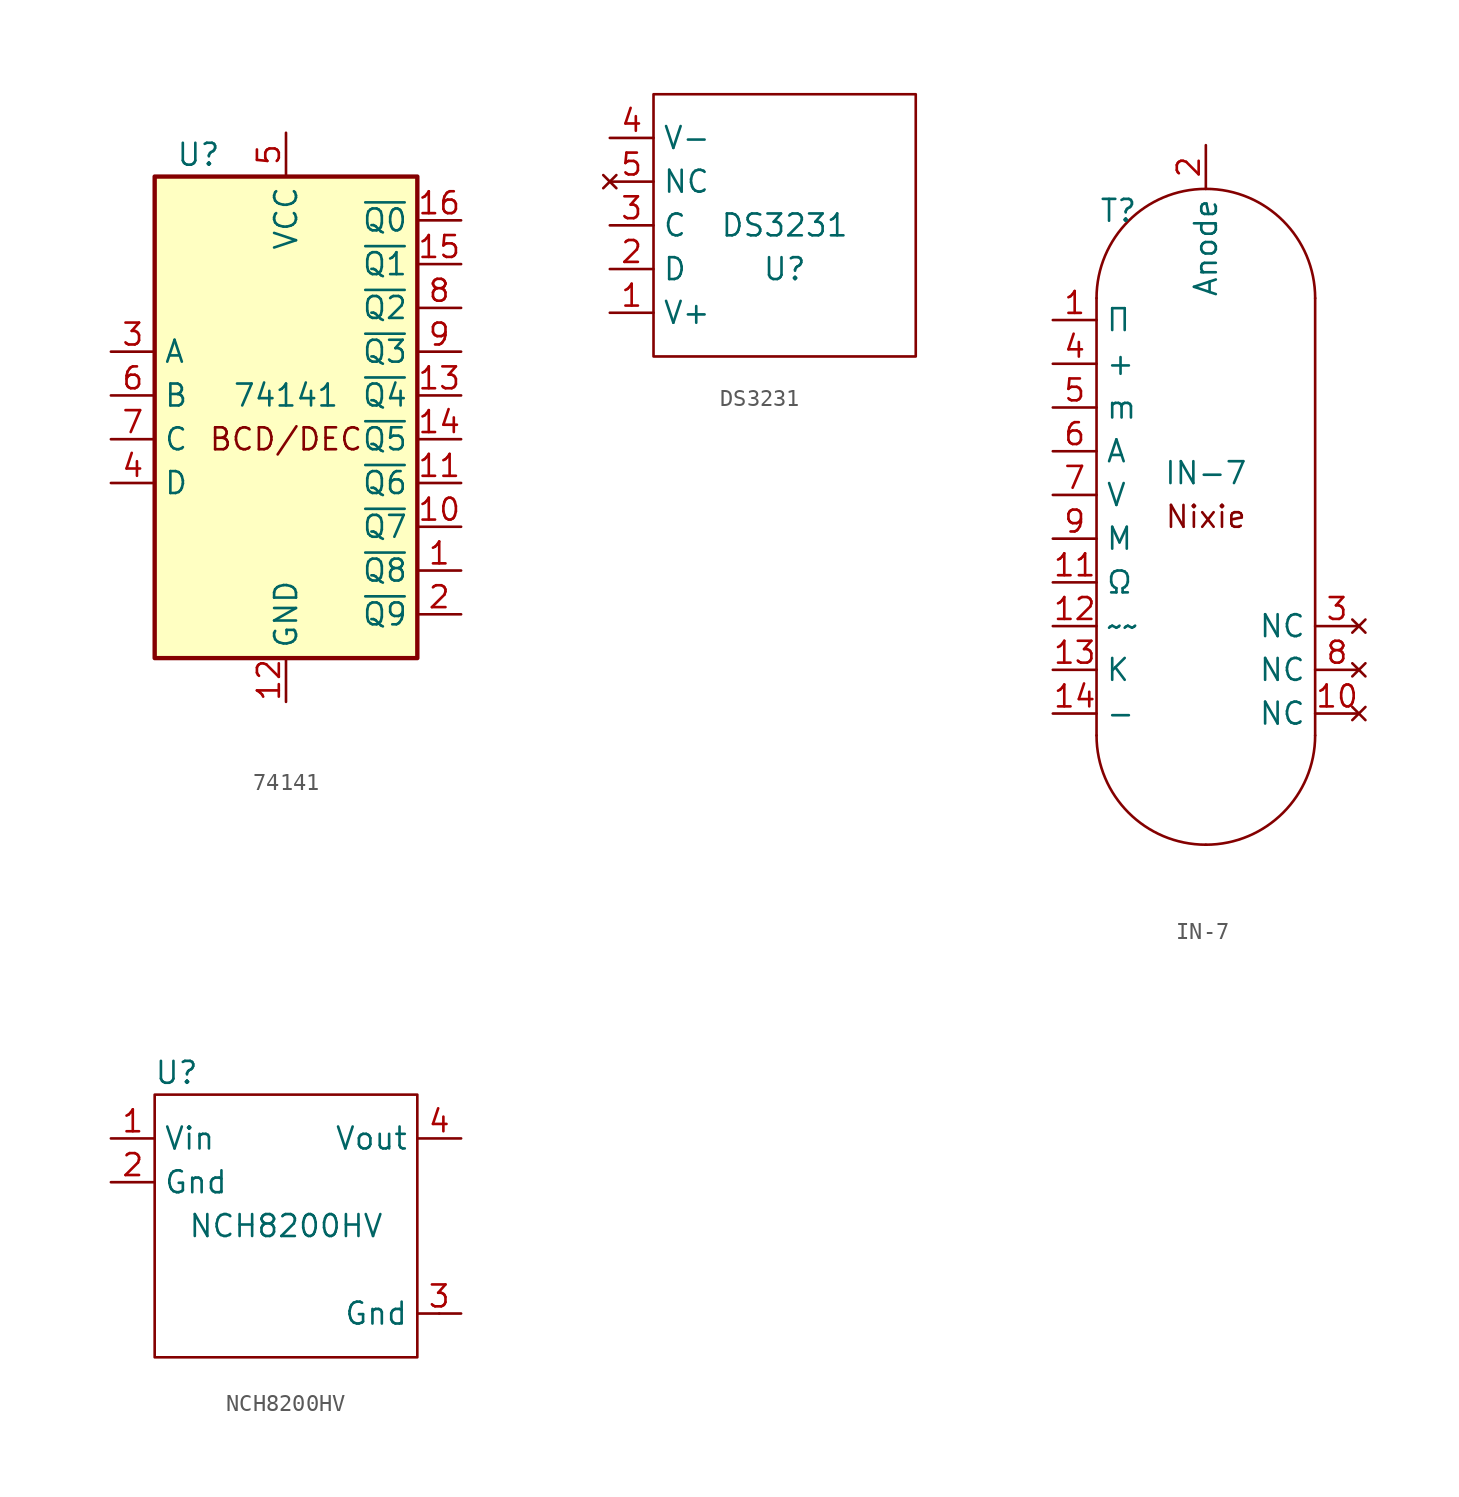
<source format=kicad_sym>
(kicad_symbol_lib
  (version 20220914)
  (generator kicad_symbol_editor)
  (symbol "74141"
    (property "Reference" "U"
      (at -5.08 15.24 0)
      (effects (font (size 1.27 1.27))))
    (property "Value" "74141"
      (at 0 1.27 0)
      (effects (font (size 1.27 1.27))))
    (symbol "74141_0_0"
      (text "BCD/DEC" (at 0 -1.27 0) (effects (font (size 1.27 1.27))))
      (pin power_in line (at 0 -16.51 90) (length 2.54) (name "GND" (effects (font (size 1.27 1.27)))) (number "12" (effects (font (size 1.27 1.27)))))
      (pin power_in line (at 0 16.51 270) (length 2.54) (name "VCC" (effects (font (size 1.27 1.27)))) (number "5" (effects (font (size 1.27 1.27))))))
    (symbol "74141_0_1"
      (rectangle (start -7.62 13.97) (end 7.62 -13.97) (stroke (width 0.254) (type default)) (fill (type background))))
    (symbol "74141_1_1"
      (pin open_collector line (at 10.16 -8.89 180) (length 2.54) (name "~{Q8}" (effects (font (size 1.27 1.27)))) (number "1" (effects (font (size 1.27 1.27)))))
      (pin open_collector line (at 10.16 -6.35 180) (length 2.54) (name "~{Q7}" (effects (font (size 1.27 1.27)))) (number "10" (effects (font (size 1.27 1.27)))))
      (pin open_collector line (at 10.16 -3.81 180) (length 2.54) (name "~{Q6}" (effects (font (size 1.27 1.27)))) (number "11" (effects (font (size 1.27 1.27)))))
      (pin open_collector line (at 10.16 1.27 180) (length 2.54) (name "~{Q4}" (effects (font (size 1.27 1.27)))) (number "13" (effects (font (size 1.27 1.27)))))
      (pin open_collector line (at 10.16 -1.27 180) (length 2.54) (name "~{Q5}" (effects (font (size 1.27 1.27)))) (number "14" (effects (font (size 1.27 1.27)))))
      (pin open_collector line (at 10.16 8.89 180) (length 2.54) (name "~{Q1}" (effects (font (size 1.27 1.27)))) (number "15" (effects (font (size 1.27 1.27)))))
      (pin open_collector line (at 10.16 11.43 180) (length 2.54) (name "~{Q0}" (effects (font (size 1.27 1.27)))) (number "16" (effects (font (size 1.27 1.27)))))
      (pin open_collector line (at 10.16 -11.43 180) (length 2.54) (name "~{Q9}" (effects (font (size 1.27 1.27)))) (number "2" (effects (font (size 1.27 1.27)))))
      (pin input line (at -10.16 3.81 0) (length 2.54) (name "A" (effects (font (size 1.27 1.27)))) (number "3" (effects (font (size 1.27 1.27)))))
      (pin input line (at -10.16 -3.81 0) (length 2.54) (name "D" (effects (font (size 1.27 1.27)))) (number "4" (effects (font (size 1.27 1.27)))))
      (pin input line (at -10.16 1.27 0) (length 2.54) (name "B" (effects (font (size 1.27 1.27)))) (number "6" (effects (font (size 1.27 1.27)))))
      (pin input line (at -10.16 -1.27 0) (length 2.54) (name "C" (effects (font (size 1.27 1.27)))) (number "7" (effects (font (size 1.27 1.27)))))
      (pin open_collector line (at 10.16 6.35 180) (length 2.54) (name "~{Q2}" (effects (font (size 1.27 1.27)))) (number "8" (effects (font (size 1.27 1.27)))))
      (pin open_collector line (at 10.16 3.81 180) (length 2.54) (name "~{Q3}" (effects (font (size 1.27 1.27)))) (number "9" (effects (font (size 1.27 1.27)))))))
  (symbol "DS3231"
    (property "Reference" "U"
      (at 0 -2.54 0)
      (effects (font (size 1.27 1.27))))
    (property "Value" "DS3231"
      (at 0 0 0)
      (effects (font (size 1.27 1.27))))
    (symbol "DS3231_0_1"
      (rectangle (start -7.62 7.62) (end 7.62 -7.62) (stroke (width 0) (type default)) (fill (type none))))
    (symbol "DS3231_1_1"
      (pin passive line (at -10.16 -5.08 0) (length 2.54) (name "V+" (effects (font (size 1.27 1.27)))) (number "1" (effects (font (size 1.27 1.27)))))
      (pin passive line (at -10.16 -2.54 0) (length 2.54) (name "D" (effects (font (size 1.27 1.27)))) (number "2" (effects (font (size 1.27 1.27)))))
      (pin passive line (at -10.16 0 0) (length 2.54) (name "C" (effects (font (size 1.27 1.27)))) (number "3" (effects (font (size 1.27 1.27)))))
      (pin passive line (at -10.16 5.08 0) (length 2.54) (name "V-" (effects (font (size 1.27 1.27)))) (number "4" (effects (font (size 1.27 1.27)))))
      (pin no_connect line (at -10.16 2.54 0) (length 2.54) (name "NC" (effects (font (size 1.27 1.27)))) (number "5" (effects (font (size 1.27 1.27)))))))
  (symbol "IN-7"
    (property "Reference" "T"
      (at -5.08 17.78 0)
      (effects (font (size 1.27 1.27))))
    (property "Value" "IN-7"
      (at 0 2.54 0)
      (effects (font (size 1.27 1.27))))
    (symbol "IN-7_0_1"
      (arc (start -6.3501 -12.7001) (mid -4.4902 -17.1902) (end -0.0001 -19.0501) (stroke (width 0) (type default)) (fill (type none)))
      (arc (start 0.0001 -19.0501) (mid 4.4902 -17.1902) (end 6.3501 -12.7001) (stroke (width 0) (type default)) (fill (type none)))
      (polyline (pts (xy -6.35 12.7) (xy -6.35 -12.7)) (stroke (width 0) (type default)) (fill (type none)))
      (polyline (pts (xy 6.35 12.7) (xy 6.35 -12.7)) (stroke (width 0) (type default)) (fill (type none)))
      (arc (start 0 19.05) (mid -4.4901 17.1901) (end -6.35 12.7) (stroke (width 0) (type default)) (fill (type none)))
      (arc (start 6.35 12.7) (mid 4.4901 17.1901) (end 0 19.05) (stroke (width 0) (type default)) (fill (type none)))
      (text "Nixie" (at 0 0 0) (effects (font (size 1.27 1.27)))))
    (symbol "IN-7_1_1"
      (pin passive line (at -8.89 11.43 0) (length 2.54) (name "П" (effects (font (size 1.27 1.27)))) (number "1" (effects (font (size 1.27 1.27)))))
      (pin no_connect line (at 8.89 -11.43 180) (length 2.54) (name "NC" (effects (font (size 1.27 1.27)))) (number "10" (effects (font (size 1.27 1.27)))))
      (pin passive line (at -8.89 -3.81 0) (length 2.54) (name "Ω" (effects (font (size 1.27 1.27)))) (number "11" (effects (font (size 1.27 1.27)))))
      (pin passive line (at -8.89 -6.35 0) (length 2.54) (name "~~" (effects (font (size 1.27 1.27)))) (number "12" (effects (font (size 1.27 1.27)))))
      (pin passive line (at -8.89 -8.89 0) (length 2.54) (name "К" (effects (font (size 1.27 1.27)))) (number "13" (effects (font (size 1.27 1.27)))))
      (pin passive line (at -8.89 -11.43 0) (length 2.54) (name "-" (effects (font (size 1.27 1.27)))) (number "14" (effects (font (size 1.27 1.27)))))
      (pin passive line (at 0 21.59 270) (length 2.54) (name "Anode" (effects (font (size 1.27 1.27)))) (number "2" (effects (font (size 1.27 1.27)))))
      (pin no_connect line (at 8.89 -6.35 180) (length 2.54) (name "NC" (effects (font (size 1.27 1.27)))) (number "3" (effects (font (size 1.27 1.27)))))
      (pin passive line (at -8.89 8.89 0) (length 2.54) (name "+" (effects (font (size 1.27 1.27)))) (number "4" (effects (font (size 1.27 1.27)))))
      (pin passive line (at -8.89 6.35 0) (length 2.54) (name "m" (effects (font (size 1.27 1.27)))) (number "5" (effects (font (size 1.27 1.27)))))
      (pin passive line (at -8.89 3.81 0) (length 2.54) (name "A" (effects (font (size 1.27 1.27)))) (number "6" (effects (font (size 1.27 1.27)))))
      (pin passive line (at -8.89 1.27 0) (length 2.54) (name "V" (effects (font (size 1.27 1.27)))) (number "7" (effects (font (size 1.27 1.27)))))
      (pin no_connect line (at 8.89 -8.89 180) (length 2.54) (name "NC" (effects (font (size 1.27 1.27)))) (number "8" (effects (font (size 1.27 1.27)))))
      (pin passive line (at -8.89 -1.27 0) (length 2.54) (name "M" (effects (font (size 1.27 1.27)))) (number "9" (effects (font (size 1.27 1.27)))))))
  (symbol "NCH8200HV"
    (property "Reference" "U"
      (at -6.35 8.89 0)
      (effects (font (size 1.27 1.27))))
    (property "Value" "NCH8200HV"
      (at 0 0 0)
      (effects (font (size 1.27 1.27))))
    (symbol "NCH8200HV_0_1"
      (rectangle (start -7.62 7.62) (end 7.62 -7.62) (stroke (width 0) (type default)) (fill (type none)))
      (rectangle (start 8.89 -5.08) (end 8.89 -5.08) (stroke (width 0) (type default)) (fill (type none))))
    (symbol "NCH8200HV_1_1"
      (pin power_in line (at -10.16 5.08 0) (length 2.54) (name "Vin" (effects (font (size 1.27 1.27)))) (number "1" (effects (font (size 1.27 1.27)))))
      (pin power_in line (at -10.16 2.54 0) (length 2.54) (name "Gnd" (effects (font (size 1.27 1.27)))) (number "2" (effects (font (size 1.27 1.27)))))
      (pin power_out line (at 10.16 -5.08 180) (length 2.54) (name "Gnd" (effects (font (size 1.27 1.27)))) (number "3" (effects (font (size 1.27 1.27)))))
      (pin power_out line (at 10.16 5.08 180) (length 2.54) (name "Vout" (effects (font (size 1.27 1.27)))) (number "4" (effects (font (size 1.27 1.27))))))))
</source>
